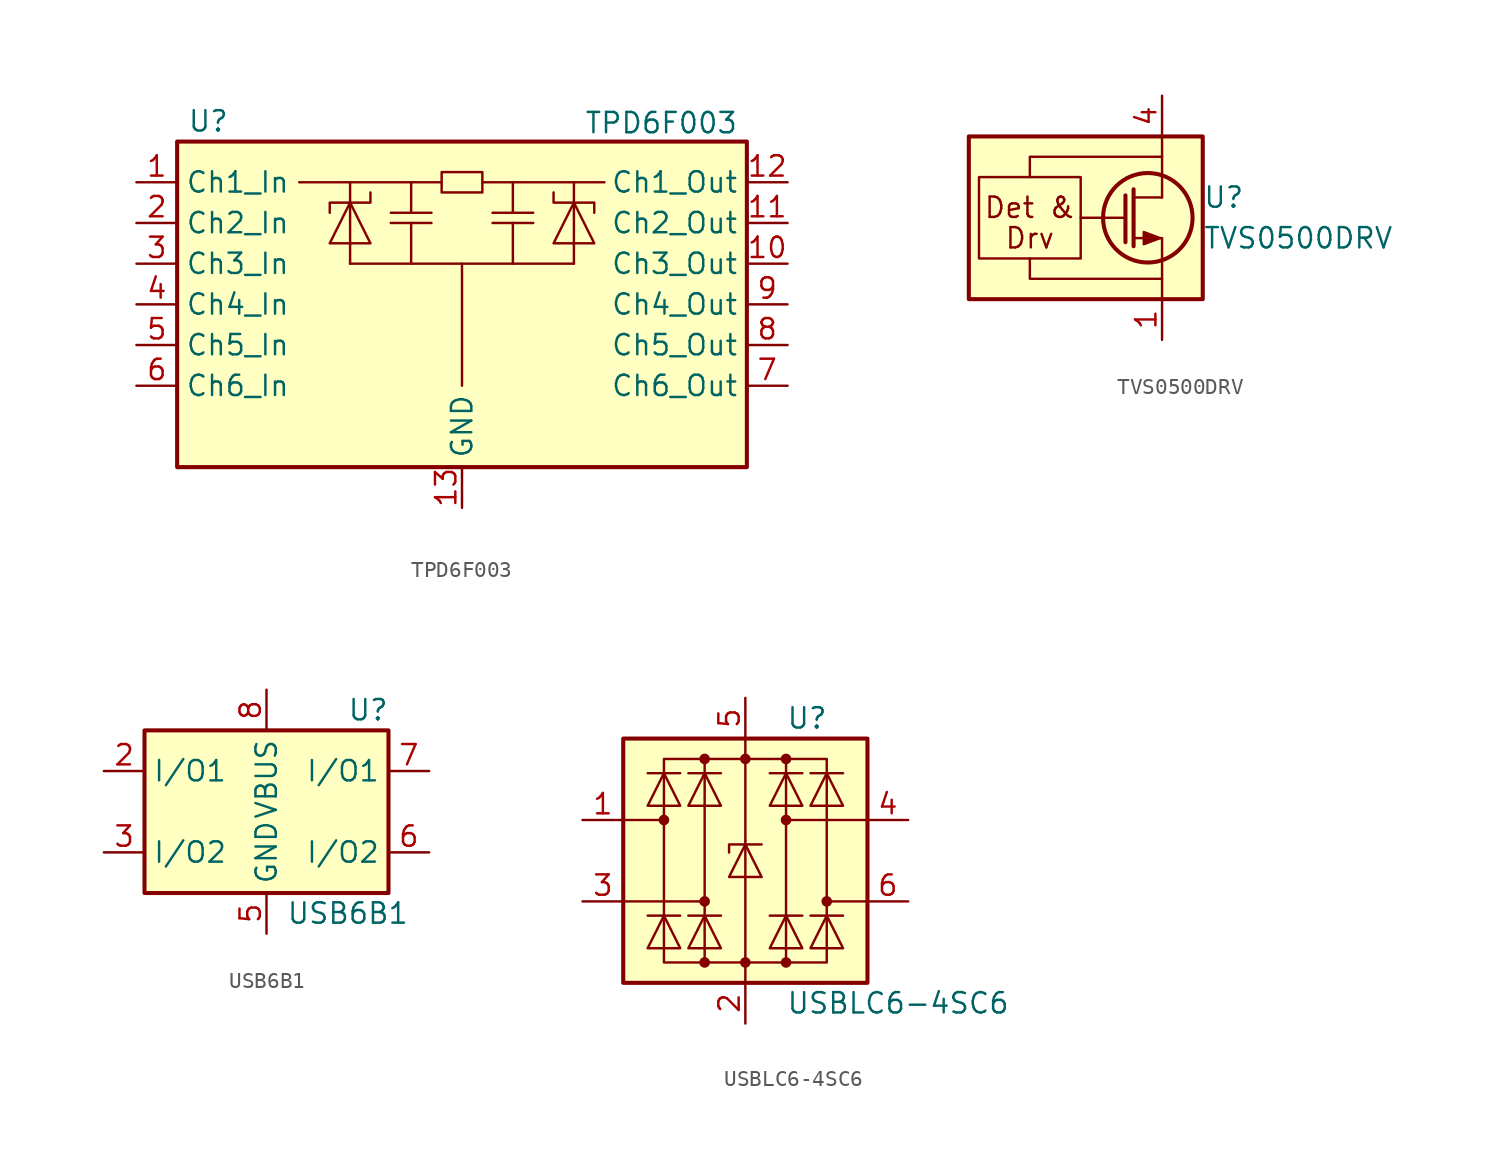
<source format=kicad_sym>
(kicad_symbol_lib
  (version 20220914)
  (generator kicad_symbol_editor)
  (symbol "TPD6F003"
    (property "Reference" "U"
      (at -17.145 11.43 0)
      (effects (font (size 1.27 1.27)) (justify left)))
    (property "Value" "TPD6F003"
      (at 7.62 12.065 0)
      (effects (font (size 1.27 1.27)) (justify left top)))
    (symbol "TPD6F003_0_1"
      (rectangle (start -17.78 10.16) (end 17.78 -10.16) (stroke (width 0.254) (type default)) (fill (type background)))
      (polyline (pts (xy -6.985 2.54) (xy 6.985 2.54)) (stroke (width 0) (type default)) (fill (type none)))
      (polyline (pts (xy -6.985 6.35) (xy -6.985 7.62)) (stroke (width 0) (type default)) (fill (type none)))
      (polyline (pts (xy -4.445 5.715) (xy -1.905 5.715)) (stroke (width 0) (type default)) (fill (type none)))
      (polyline (pts (xy -3.175 5.08) (xy -3.175 2.54)) (stroke (width 0) (type default)) (fill (type none)))
      (polyline (pts (xy -3.175 7.62) (xy -3.175 5.715)) (stroke (width 0) (type default)) (fill (type none)))
      (polyline (pts (xy -1.905 5.08) (xy -4.445 5.08)) (stroke (width 0) (type default)) (fill (type none)))
      (polyline (pts (xy -1.27 7.62) (xy -10.16 7.62)) (stroke (width 0) (type default)) (fill (type none)))
      (polyline (pts (xy 0 2.54) (xy 0 -5.08)) (stroke (width 0) (type default)) (fill (type none)))
      (polyline (pts (xy 1.27 7.62) (xy 8.89 7.62)) (stroke (width 0) (type default)) (fill (type none)))
      (polyline (pts (xy 1.905 5.715) (xy 4.445 5.715)) (stroke (width 0) (type default)) (fill (type none)))
      (polyline (pts (xy 3.175 5.08) (xy 3.175 2.54)) (stroke (width 0) (type default)) (fill (type none)))
      (polyline (pts (xy 3.175 7.62) (xy 3.175 5.715)) (stroke (width 0) (type default)) (fill (type none)))
      (polyline (pts (xy 4.445 5.08) (xy 1.905 5.08)) (stroke (width 0) (type default)) (fill (type none)))
      (polyline (pts (xy 6.985 6.35) (xy 6.985 7.62)) (stroke (width 0) (type default)) (fill (type none)))
      (polyline (pts (xy -6.985 3.81) (xy -6.985 6.35) (xy -6.985 2.54)) (stroke (width 0) (type default)) (fill (type none)))
      (polyline (pts (xy 6.985 3.81) (xy 6.985 6.35) (xy 6.985 2.54)) (stroke (width 0) (type default)) (fill (type none)))
      (polyline (pts (xy -6.985 6.35) (xy -5.715 3.81) (xy -8.255 3.81) (xy -6.985 6.35)) (stroke (width 0) (type default)) (fill (type none)))
      (polyline (pts (xy -5.715 6.985) (xy -5.715 6.35) (xy -8.255 6.35) (xy -8.255 5.715)) (stroke (width 0) (type default)) (fill (type none)))
      (polyline (pts (xy 5.715 6.985) (xy 5.715 6.35) (xy 8.255 6.35) (xy 8.255 5.715)) (stroke (width 0) (type default)) (fill (type none)))
      (polyline (pts (xy 6.985 6.35) (xy 5.715 3.81) (xy 8.255 3.81) (xy 6.985 6.35)) (stroke (width 0) (type default)) (fill (type none)))
      (polyline (pts (xy -1.27 7.62) (xy -1.27 6.985) (xy 1.27 6.985) (xy 1.27 8.255) (xy -1.27 8.255) (xy -1.27 7.62)) (stroke (width 0) (type default)) (fill (type none))))
    (symbol "TPD6F003_1_1"
      (pin passive line (at -20.32 7.62 0) (length 2.54) (name "Ch1_In" (effects (font (size 1.27 1.27)))) (number "1" (effects (font (size 1.27 1.27)))))
      (pin passive line (at 20.32 2.54 180) (length 2.54) (name "Ch3_Out" (effects (font (size 1.27 1.27)))) (number "10" (effects (font (size 1.27 1.27)))))
      (pin passive line (at 20.32 5.08 180) (length 2.54) (name "Ch2_Out" (effects (font (size 1.27 1.27)))) (number "11" (effects (font (size 1.27 1.27)))))
      (pin passive line (at 20.32 7.62 180) (length 2.54) (name "Ch1_Out" (effects (font (size 1.27 1.27)))) (number "12" (effects (font (size 1.27 1.27)))))
      (pin power_in line (at 0 -12.7 90) (length 2.54) (name "GND" (effects (font (size 1.27 1.27)))) (number "13" (effects (font (size 1.27 1.27)))))
      (pin passive line (at -20.32 5.08 0) (length 2.54) (name "Ch2_In" (effects (font (size 1.27 1.27)))) (number "2" (effects (font (size 1.27 1.27)))))
      (pin passive line (at -20.32 2.54 0) (length 2.54) (name "Ch3_In" (effects (font (size 1.27 1.27)))) (number "3" (effects (font (size 1.27 1.27)))))
      (pin passive line (at -20.32 0 0) (length 2.54) (name "Ch4_In" (effects (font (size 1.27 1.27)))) (number "4" (effects (font (size 1.27 1.27)))))
      (pin passive line (at -20.32 -2.54 0) (length 2.54) (name "Ch5_In" (effects (font (size 1.27 1.27)))) (number "5" (effects (font (size 1.27 1.27)))))
      (pin passive line (at -20.32 -5.08 0) (length 2.54) (name "Ch6_In" (effects (font (size 1.27 1.27)))) (number "6" (effects (font (size 1.27 1.27)))))
      (pin passive line (at 20.32 -5.08 180) (length 2.54) (name "Ch6_Out" (effects (font (size 1.27 1.27)))) (number "7" (effects (font (size 1.27 1.27)))))
      (pin passive line (at 20.32 -2.54 180) (length 2.54) (name "Ch5_Out" (effects (font (size 1.27 1.27)))) (number "8" (effects (font (size 1.27 1.27)))))
      (pin passive line (at 20.32 0 180) (length 2.54) (name "Ch4_Out" (effects (font (size 1.27 1.27)))) (number "9" (effects (font (size 1.27 1.27)))))))
  (symbol "TVS0500DRV"
    (pin_names
      (offset 0) hide)
    (property "Reference" "U"
      (at 2.54 1.27 0)
      (effects (font (size 1.27 1.27)) (justify left)))
    (property "Value" "TVS0500DRV"
      (at 2.54 -1.27 0)
      (effects (font (size 1.27 1.27)) (justify left)))
    (symbol "TVS0500DRV_0_0"
      (rectangle (start -11.43 2.54) (end -5.08 -2.54) (stroke (width 0) (type default)) (fill (type none)))
      (polyline (pts (xy 0 1.27) (xy -1.778 1.27)) (stroke (width 0) (type default)) (fill (type none)))
      (polyline (pts (xy -8.255 -2.54) (xy -8.255 -3.81) (xy 0 -3.81)) (stroke (width 0) (type default)) (fill (type none)))
      (polyline (pts (xy -8.255 2.54) (xy -8.255 3.81) (xy 0 3.81)) (stroke (width 0) (type default)) (fill (type none)))
      (text "Det &" (at -8.255 0.635 0) (effects (font (size 1.27 1.27))))
      (text "Drv" (at -8.255 -1.27 0) (effects (font (size 1.27 1.27)))))
    (symbol "TVS0500DRV_0_1"
      (rectangle (start -12.065 5.08) (end 2.54 -5.08) (stroke (width 0.254) (type default)) (fill (type background)))
      (circle (center -0.889 0) (radius 2.794) (stroke (width 0.254) (type default)) (fill (type none)))
      (polyline (pts (xy -2.286 0) (xy -5.08 0)) (stroke (width 0) (type default)) (fill (type none)))
      (polyline (pts (xy -2.286 1.397) (xy -2.286 -1.524)) (stroke (width 0.254) (type default)) (fill (type none)))
      (polyline (pts (xy -1.778 1.778) (xy -1.778 -1.778)) (stroke (width 0.254) (type default)) (fill (type none)))
      (polyline (pts (xy 0 -2.54) (xy 0 -5.08)) (stroke (width 0) (type default)) (fill (type none)))
      (polyline (pts (xy 0 2.54) (xy 0 1.27)) (stroke (width 0) (type default)) (fill (type none)))
      (polyline (pts (xy 0 5.08) (xy 0 2.54)) (stroke (width 0) (type default)) (fill (type none)))
      (polyline (pts (xy 0 -2.54) (xy 0 -1.27) (xy -1.778 -1.27)) (stroke (width 0) (type default)) (fill (type none)))
      (polyline (pts (xy -0.127 -1.27) (xy -1.143 -1.651) (xy -1.143 -0.889) (xy -0.127 -1.27)) (stroke (width 0) (type default)) (fill (type outline))))
    (symbol "TVS0500DRV_1_1"
      (pin power_in line (at 0 -7.62 90) (length 2.54) (name "GND" (effects (font (size 1.27 1.27)))) (number "1" (effects (font (size 1.27 1.27)))))
      (pin passive line (at 0 -7.62 90) (length 2.54) hide (name "GND" (effects (font (size 1.27 1.27)))) (number "2" (effects (font (size 1.27 1.27)))))
      (pin passive line (at 0 -7.62 90) (length 2.54) hide (name "GND" (effects (font (size 1.27 1.27)))) (number "3" (effects (font (size 1.27 1.27)))))
      (pin passive line (at 0 7.62 270) (length 2.54) (name "IN" (effects (font (size 1.27 1.27)))) (number "4" (effects (font (size 1.27 1.27)))))
      (pin passive line (at 0 7.62 270) (length 2.54) hide (name "IN" (effects (font (size 1.27 1.27)))) (number "5" (effects (font (size 1.27 1.27)))))
      (pin passive line (at 0 7.62 270) (length 2.54) hide (name "IN" (effects (font (size 1.27 1.27)))) (number "6" (effects (font (size 1.27 1.27)))))
      (pin passive line (at 0 -7.62 90) (length 2.54) hide (name "GND" (effects (font (size 1.27 1.27)))) (number "7" (effects (font (size 1.27 1.27)))))))
  (symbol "USB6B1"
    (property "Reference" "U"
      (at 6.35 6.35 0)
      (effects (font (size 1.27 1.27))))
    (property "Value" "USB6B1"
      (at 5.08 -6.35 0)
      (effects (font (size 1.27 1.27))))
    (symbol "USB6B1_0_1"
      (rectangle (start -7.62 -5.08) (end 7.62 5.08) (stroke (width 0.254) (type default)) (fill (type background))))
    (symbol "USB6B1_1_1"
      (pin passive line (at 0 7.62 270) (length 2.54) hide (name "VBUS" (effects (font (size 1.27 1.27)))) (number "1" (effects (font (size 1.27 1.27)))))
      (pin passive line (at -10.16 2.54 0) (length 2.54) (name "I/O1" (effects (font (size 1.27 1.27)))) (number "2" (effects (font (size 1.27 1.27)))))
      (pin passive line (at -10.16 -2.54 0) (length 2.54) (name "I/O2" (effects (font (size 1.27 1.27)))) (number "3" (effects (font (size 1.27 1.27)))))
      (pin passive line (at 0 -7.62 90) (length 2.54) hide (name "GND" (effects (font (size 1.27 1.27)))) (number "4" (effects (font (size 1.27 1.27)))))
      (pin passive line (at 0 -7.62 90) (length 2.54) (name "GND" (effects (font (size 1.27 1.27)))) (number "5" (effects (font (size 1.27 1.27)))))
      (pin passive line (at 10.16 -2.54 180) (length 2.54) (name "I/O2" (effects (font (size 1.27 1.27)))) (number "6" (effects (font (size 1.27 1.27)))))
      (pin passive line (at 10.16 2.54 180) (length 2.54) (name "I/O1" (effects (font (size 1.27 1.27)))) (number "7" (effects (font (size 1.27 1.27)))))
      (pin passive line (at 0 7.62 270) (length 2.54) (name "VBUS" (effects (font (size 1.27 1.27)))) (number "8" (effects (font (size 1.27 1.27)))))))
  (symbol "USBLC6-4SC6"
    (pin_names hide)
    (property "Reference" "U"
      (at 2.54 8.89 0)
      (effects (font (size 1.27 1.27)) (justify left)))
    (property "Value" "USBLC6-4SC6"
      (at 2.54 -8.89 0)
      (effects (font (size 1.27 1.27)) (justify left)))
    (symbol "USBLC6-4SC6_0_1"
      (rectangle (start -7.62 -7.62) (end 7.62 7.62) (stroke (width 0.254) (type default)) (fill (type background)))
      (circle (center -5.08 2.54) (radius 0.254) (stroke (width 0) (type default)) (fill (type outline)))
      (circle (center -2.54 -6.35) (radius 0.254) (stroke (width 0) (type default)) (fill (type outline)))
      (circle (center -2.54 -2.54) (radius 0.254) (stroke (width 0) (type default)) (fill (type outline)))
      (circle (center -2.54 6.35) (radius 0.254) (stroke (width 0) (type default)) (fill (type outline)))
      (rectangle (start -2.54 6.35) (end 2.54 -6.35) (stroke (width 0) (type default)) (fill (type none)))
      (circle (center 0 -6.35) (radius 0.254) (stroke (width 0) (type default)) (fill (type outline)))
      (polyline (pts (xy -5.08 2.54) (xy -7.62 2.54)) (stroke (width 0) (type default)) (fill (type none)))
      (polyline (pts (xy -4.064 -3.429) (xy -6.096 -3.429)) (stroke (width 0) (type default)) (fill (type none)))
      (polyline (pts (xy -4.064 5.461) (xy -6.096 5.461)) (stroke (width 0) (type default)) (fill (type none)))
      (polyline (pts (xy -2.54 -2.54) (xy -7.62 -2.54)) (stroke (width 0) (type default)) (fill (type none)))
      (polyline (pts (xy -1.524 -3.429) (xy -3.556 -3.429)) (stroke (width 0) (type default)) (fill (type none)))
      (polyline (pts (xy -1.524 5.461) (xy -3.556 5.461)) (stroke (width 0) (type default)) (fill (type none)))
      (polyline (pts (xy 0 -7.62) (xy 0 -6.35)) (stroke (width 0) (type default)) (fill (type none)))
      (polyline (pts (xy 0 -6.35) (xy 0 1.27)) (stroke (width 0) (type default)) (fill (type none)))
      (polyline (pts (xy 0 1.27) (xy 0 6.35)) (stroke (width 0) (type default)) (fill (type none)))
      (polyline (pts (xy 0 6.35) (xy 0 7.62)) (stroke (width 0) (type default)) (fill (type none)))
      (polyline (pts (xy 1.524 -3.429) (xy 3.556 -3.429)) (stroke (width 0) (type default)) (fill (type none)))
      (polyline (pts (xy 1.524 5.461) (xy 3.556 5.461)) (stroke (width 0) (type default)) (fill (type none)))
      (polyline (pts (xy 2.54 2.54) (xy 7.62 2.54)) (stroke (width 0) (type default)) (fill (type none)))
      (polyline (pts (xy 4.064 -3.429) (xy 6.096 -3.429)) (stroke (width 0) (type default)) (fill (type none)))
      (polyline (pts (xy 4.064 5.461) (xy 6.096 5.461)) (stroke (width 0) (type default)) (fill (type none)))
      (polyline (pts (xy 5.08 -2.54) (xy 7.62 -2.54)) (stroke (width 0) (type default)) (fill (type none)))
      (polyline (pts (xy -6.096 -5.461) (xy -4.064 -5.461) (xy -5.08 -3.429) (xy -6.096 -5.461)) (stroke (width 0) (type default)) (fill (type none)))
      (polyline (pts (xy -6.096 3.429) (xy -4.064 3.429) (xy -5.08 5.461) (xy -6.096 3.429)) (stroke (width 0) (type default)) (fill (type none)))
      (polyline (pts (xy -3.556 -5.461) (xy -1.524 -5.461) (xy -2.54 -3.429) (xy -3.556 -5.461)) (stroke (width 0) (type default)) (fill (type none)))
      (polyline (pts (xy -3.556 3.429) (xy -1.524 3.429) (xy -2.54 5.461) (xy -3.556 3.429)) (stroke (width 0) (type default)) (fill (type none)))
      (polyline (pts (xy -2.54 6.35) (xy -5.08 6.35) (xy -5.08 -6.35) (xy -2.54 -6.35)) (stroke (width 0) (type default)) (fill (type none)))
      (polyline (pts (xy -1.016 -1.016) (xy 1.016 -1.016) (xy 0 1.016) (xy -1.016 -1.016)) (stroke (width 0) (type default)) (fill (type none)))
      (polyline (pts (xy 1.016 1.016) (xy 0.762 1.016) (xy -1.016 1.016) (xy -1.016 0.508)) (stroke (width 0) (type default)) (fill (type none)))
      (polyline (pts (xy 2.54 6.35) (xy 5.08 6.35) (xy 5.08 -6.35) (xy 2.54 -6.35)) (stroke (width 0) (type default)) (fill (type none)))
      (polyline (pts (xy 3.556 -5.461) (xy 1.524 -5.461) (xy 2.54 -3.429) (xy 3.556 -5.461)) (stroke (width 0) (type default)) (fill (type none)))
      (polyline (pts (xy 3.556 3.429) (xy 1.524 3.429) (xy 2.54 5.461) (xy 3.556 3.429)) (stroke (width 0) (type default)) (fill (type none)))
      (polyline (pts (xy 6.096 -5.461) (xy 4.064 -5.461) (xy 5.08 -3.429) (xy 6.096 -5.461)) (stroke (width 0) (type default)) (fill (type none)))
      (polyline (pts (xy 6.096 3.429) (xy 4.064 3.429) (xy 5.08 5.461) (xy 6.096 3.429)) (stroke (width 0) (type default)) (fill (type none)))
      (circle (center 0 6.35) (radius 0.254) (stroke (width 0) (type default)) (fill (type outline)))
      (circle (center 2.54 -6.35) (radius 0.254) (stroke (width 0) (type default)) (fill (type outline)))
      (circle (center 2.54 2.54) (radius 0.254) (stroke (width 0) (type default)) (fill (type outline)))
      (circle (center 2.54 6.35) (radius 0.254) (stroke (width 0) (type default)) (fill (type outline)))
      (circle (center 5.08 -2.54) (radius 0.254) (stroke (width 0) (type default)) (fill (type outline))))
    (symbol "USBLC6-4SC6_1_1"
      (pin passive line (at -10.16 2.54 0) (length 2.54) (name "I/O1" (effects (font (size 1.27 1.27)))) (number "1" (effects (font (size 1.27 1.27)))))
      (pin passive line (at 0 -10.16 90) (length 2.54) (name "GND" (effects (font (size 1.27 1.27)))) (number "2" (effects (font (size 1.27 1.27)))))
      (pin passive line (at -10.16 -2.54 0) (length 2.54) (name "I/O2" (effects (font (size 1.27 1.27)))) (number "3" (effects (font (size 1.27 1.27)))))
      (pin passive line (at 10.16 2.54 180) (length 2.54) (name "I/O3" (effects (font (size 1.27 1.27)))) (number "4" (effects (font (size 1.27 1.27)))))
      (pin passive line (at 0 10.16 270) (length 2.54) (name "VBUS" (effects (font (size 1.27 1.27)))) (number "5" (effects (font (size 1.27 1.27)))))
      (pin passive line (at 10.16 -2.54 180) (length 2.54) (name "I/O4" (effects (font (size 1.27 1.27)))) (number "6" (effects (font (size 1.27 1.27))))))))
</source>
